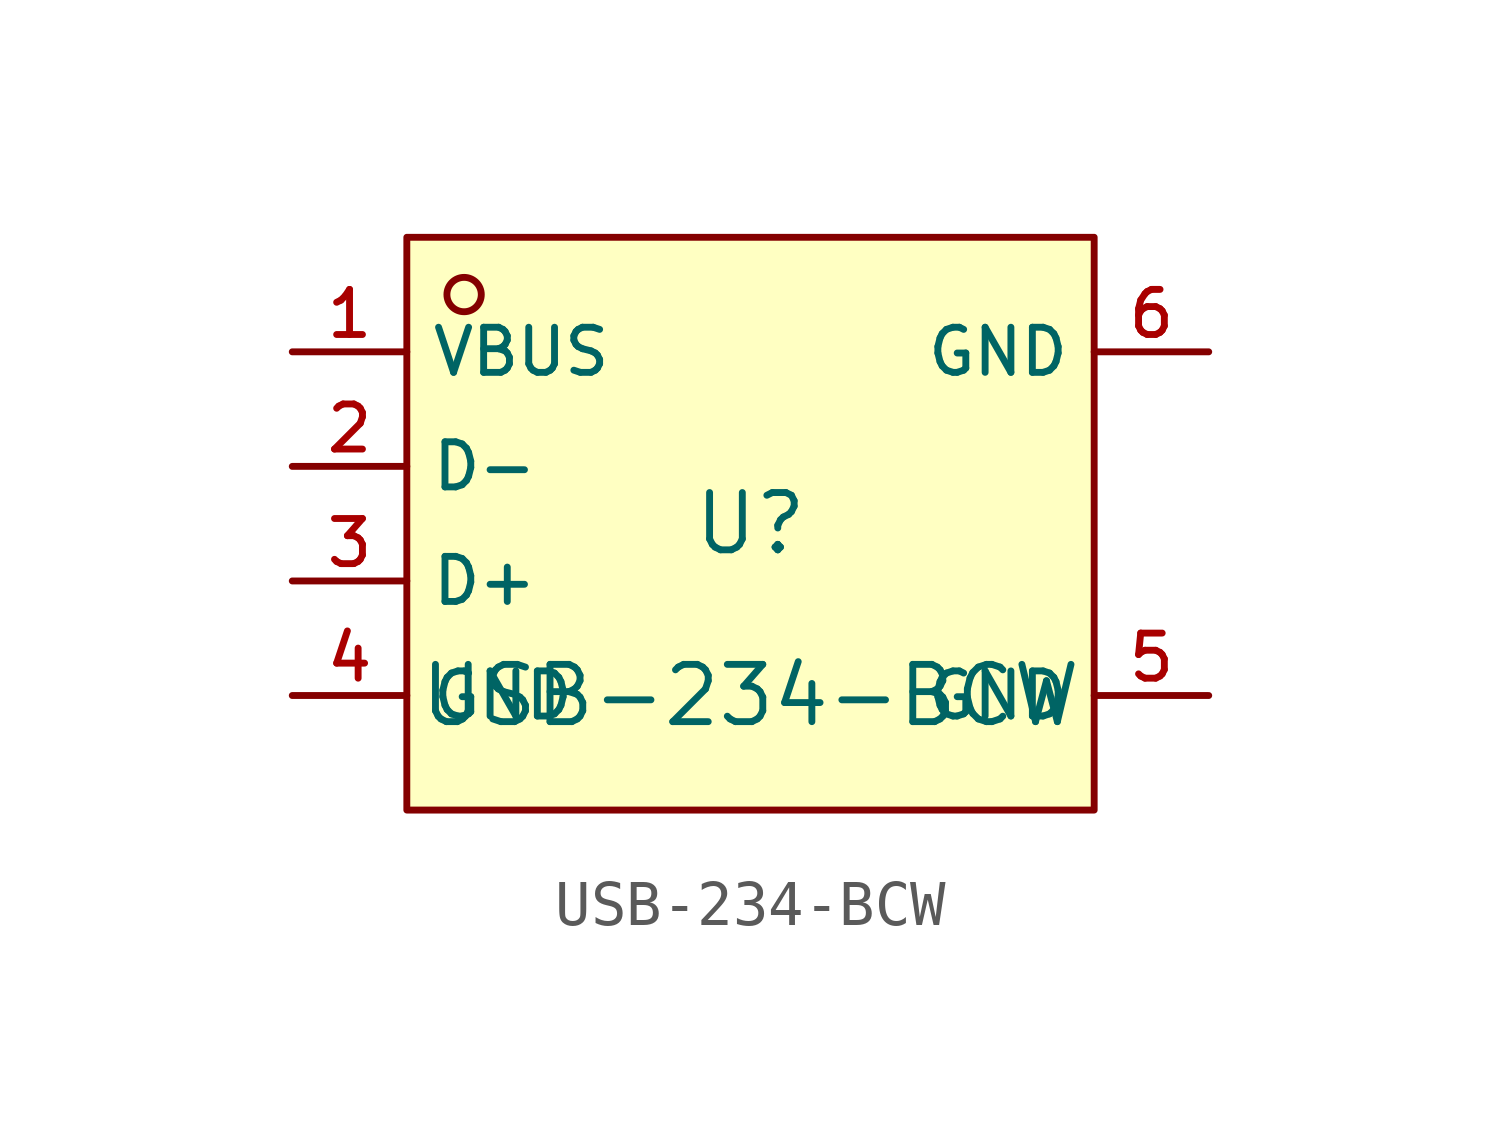
<source format=kicad_sym>
(kicad_symbol_lib
  (version 20210201)
  (generator TousstNicolas/JLC2KiCad_lib)
  (symbol "USB-234-BCW"
    (property "Reference" "U"
      (at 0 1.27 0)
      (effects (font (size 1.27 1.27))))
    (property "Value" "USB-234-BCW"
      (at 0 -2.54 0)
      (effects (font (size 1.27 1.27))))
    (symbol "USB-234-BCW_0_1"
      (rectangle (start -7.62 7.62) (end 7.62 -5.08) (stroke (width 0) (type default) (color 0 0 0 0)) (fill (type background)))
      (circle (center -6.35 6.35) (radius 0.381) (stroke (width 0) (type default) (color 0 0 0 0)) (fill (type background)))
      (pin unspecified line (at -10.16 5.08 0) (length 2.54) (name "VBUS" (effects (font (size 1 1)))) (number "1" (effects (font (size 1 1)))))
      (pin unspecified line (at -10.16 2.54 0) (length 2.54) (name "D-" (effects (font (size 1 1)))) (number "2" (effects (font (size 1 1)))))
      (pin unspecified line (at -10.16 -0.0 0) (length 2.54) (name "D+" (effects (font (size 1 1)))) (number "3" (effects (font (size 1 1)))))
      (pin unspecified line (at -10.16 -2.54 0) (length 2.54) (name "GND" (effects (font (size 1 1)))) (number "4" (effects (font (size 1 1)))))
      (pin unspecified line (at 10.16 -2.54 180) (length 2.54) (name "GND" (effects (font (size 1 1)))) (number "5" (effects (font (size 1 1)))))
      (pin unspecified line (at 10.16 5.08 180) (length 2.54) (name "GND" (effects (font (size 1 1)))) (number "6" (effects (font (size 1 1))))))))
</source>
